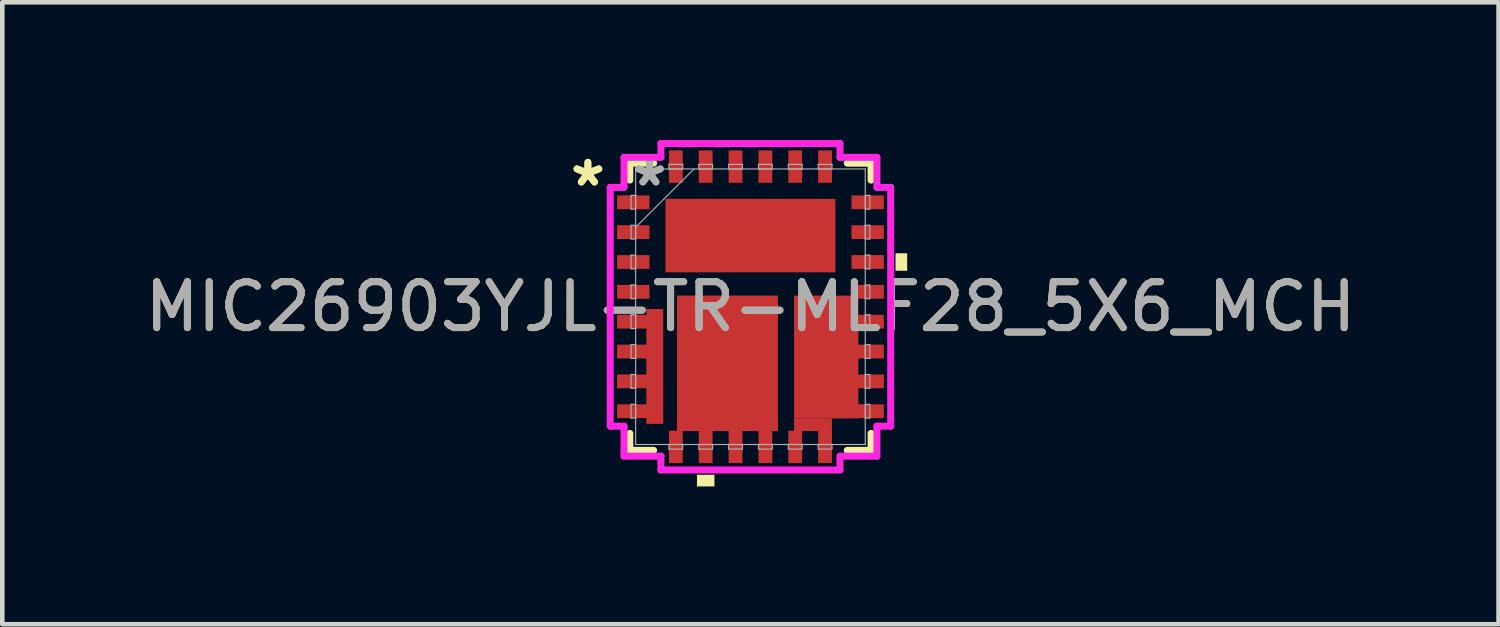
<source format=kicad_pcb>
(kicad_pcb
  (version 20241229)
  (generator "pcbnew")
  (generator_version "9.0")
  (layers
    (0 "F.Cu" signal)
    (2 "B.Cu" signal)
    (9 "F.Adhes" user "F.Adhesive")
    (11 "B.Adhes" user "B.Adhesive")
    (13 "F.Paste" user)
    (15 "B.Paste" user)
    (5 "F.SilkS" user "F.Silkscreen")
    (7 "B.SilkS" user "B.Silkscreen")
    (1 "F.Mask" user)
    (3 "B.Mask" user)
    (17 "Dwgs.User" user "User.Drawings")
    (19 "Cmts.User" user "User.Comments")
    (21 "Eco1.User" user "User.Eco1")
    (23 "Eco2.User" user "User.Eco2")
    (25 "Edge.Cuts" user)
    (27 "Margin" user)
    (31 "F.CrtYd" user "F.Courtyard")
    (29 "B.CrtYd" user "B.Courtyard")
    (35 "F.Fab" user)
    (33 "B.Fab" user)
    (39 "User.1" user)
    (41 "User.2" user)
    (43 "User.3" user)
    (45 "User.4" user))
  (footprint "MIC26903YJL-TR-MLF28_5X6_MCH"
    (layer "F.Cu")
    (at 13.292 3.63)
    (property "Reference" "MIC26903YJL-TR-MLF28_5X6_MCH" (at 0 0 0) (unlocked yes) (layer "F.SilkS") (effects (font (size 1 1) (thickness 0.15))))
    (attr smd)
    (fp_poly (pts (xy -2.268 0.05) (xy -1.899 0.05) (xy -1.899 2.55) (xy -2.268 2.55)) (stroke (width 0) (type solid)) (fill yes) (layer "F.Cu"))
    (fp_poly (pts (xy -1.6 -0.244) (xy 0.6 -0.244) (xy 0.6 2.706) (xy -1.6 2.706)) (stroke (width 0) (type solid)) (fill yes) (layer "F.Cu"))
    (fp_poly (pts (xy 0.95 2.431) (xy 1.774 2.431) (xy 1.774 2.706) (xy 0.95 2.706)) (stroke (width 0) (type solid)) (fill yes) (layer "F.Cu"))
    (fp_poly (pts (xy 0.95 -0.243) (xy 2.35 -0.243) (xy 2.35 2.432) (xy 0.95 2.432)) (stroke (width 0) (type solid)) (fill yes) (layer "F.Cu"))
    (fp_line (start -2.627 -3.127) (end -2.627 -2.758) (stroke (width 0.152) (type solid)) (layer "F.SilkS"))
    (fp_line (start -2.627 2.758) (end -2.627 3.127) (stroke (width 0.152) (type solid)) (layer "F.SilkS"))
    (fp_line (start -2.627 3.127) (end -2.108 3.127) (stroke (width 0.152) (type solid)) (layer "F.SilkS"))
    (fp_line (start -2.108 -3.127) (end -2.627 -3.127) (stroke (width 0.152) (type solid)) (layer "F.SilkS"))
    (fp_line (start 2.108 3.127) (end 2.627 3.127) (stroke (width 0.152) (type solid)) (layer "F.SilkS"))
    (fp_line (start 2.627 -3.127) (end 2.108 -3.127) (stroke (width 0.152) (type solid)) (layer "F.SilkS"))
    (fp_line (start 2.627 -2.758) (end 2.627 -3.127) (stroke (width 0.152) (type solid)) (layer "F.SilkS"))
    (fp_line (start 2.627 3.127) (end 2.627 2.758) (stroke (width 0.152) (type solid)) (layer "F.SilkS"))
    (fp_poly (pts (xy -1.165 3.659) (xy -1.165 3.913) (xy -0.784 3.913) (xy -0.784 3.659)) (stroke (width 0) (type solid)) (fill yes) (layer "F.SilkS"))
    (fp_poly (pts (xy 3.413 -1.165) (xy 3.413 -0.784) (xy 3.159 -0.784) (xy 3.159 -1.165)) (stroke (width 0) (type solid)) (fill yes) (layer "F.SilkS"))
    (fp_poly (pts (xy -2.952 -1.76) (xy -2.152 -1.76) (xy -2.152 -1.49) (xy -2.952 -1.49)) (stroke (width 0) (type solid)) (fill yes) (layer "F.Paste"))
    (fp_poly (pts (xy -2.952 -1.11) (xy -2.152 -1.11) (xy -2.152 -0.84) (xy -2.952 -0.84)) (stroke (width 0) (type solid)) (fill yes) (layer "F.Paste"))
    (fp_poly (pts (xy -2.952 -0.46) (xy -2.152 -0.46) (xy -2.152 -0.19) (xy -2.952 -0.19)) (stroke (width 0) (type solid)) (fill yes) (layer "F.Paste"))
    (fp_poly (pts (xy -2.952 0.19) (xy -2.152 0.19) (xy -2.152 0.46) (xy -2.952 0.46)) (stroke (width 0) (type solid)) (fill yes) (layer "F.Paste"))
    (fp_poly (pts (xy -2.952 0.84) (xy -2.152 0.84) (xy -2.152 1.11) (xy -2.952 1.11)) (stroke (width 0) (type solid)) (fill yes) (layer "F.Paste"))
    (fp_poly (pts (xy -2.952 1.49) (xy -2.152 1.49) (xy -2.152 1.76) (xy -2.952 1.76)) (stroke (width 0) (type solid)) (fill yes) (layer "F.Paste"))
    (fp_poly (pts (xy -2.952 2.14) (xy -2.152 2.14) (xy -2.152 2.41) (xy -2.952 2.41)) (stroke (width 0) (type solid)) (fill yes) (layer "F.Paste"))
    (fp_poly (pts (xy -1.837 -3.527) (xy -1.412 -3.527) (xy -1.412 -2.577) (xy -1.837 -2.577)) (stroke (width 0) (type solid)) (fill yes) (layer "F.Paste"))
    (fp_poly (pts (xy -1.187 -3.527) (xy -0.762 -3.527) (xy -0.762 -2.577) (xy -1.187 -2.577)) (stroke (width 0) (type solid)) (fill yes) (layer "F.Paste"))
    (fp_poly (pts (xy -1.11 -3.452) (xy -0.84 -3.452) (xy -0.84 -2.652) (xy -1.11 -2.652)) (stroke (width 0) (type solid)) (fill yes) (layer "F.Paste"))
    (fp_poly (pts (xy -0.537 -3.527) (xy -0.112 -3.527) (xy -0.112 -2.577) (xy -0.537 -2.577)) (stroke (width 0) (type solid)) (fill yes) (layer "F.Paste"))
    (fp_poly (pts (xy -0.46 -3.452) (xy -0.19 -3.452) (xy -0.19 -2.652) (xy -0.46 -2.652)) (stroke (width 0) (type solid)) (fill yes) (layer "F.Paste"))
    (fp_poly (pts (xy 0.113 -3.527) (xy 0.537 -3.527) (xy 0.537 -2.577) (xy 0.113 -2.577)) (stroke (width 0) (type solid)) (fill yes) (layer "F.Paste"))
    (fp_poly (pts (xy 0.762 -3.527) (xy 1.188 -3.527) (xy 1.188 -2.577) (xy 0.762 -2.577)) (stroke (width 0) (type solid)) (fill yes) (layer "F.Paste"))
    (fp_poly (pts (xy 0.762 2.577) (xy 1.188 2.577) (xy 1.188 3.527) (xy 0.762 3.527)) (stroke (width 0) (type solid)) (fill yes) (layer "F.Paste"))
    (fp_poly (pts (xy 1.413 -3.527) (xy 1.837 -3.527) (xy 1.837 -2.577) (xy 1.413 -2.577)) (stroke (width 0) (type solid)) (fill yes) (layer "F.Paste"))
    (fp_poly (pts (xy 1.413 2.577) (xy 1.837 2.577) (xy 1.837 3.527) (xy 1.413 3.527)) (stroke (width 0) (type solid)) (fill yes) (layer "F.Paste"))
    (fp_poly (pts (xy 2.062 2.577) (xy 2.488 2.577) (xy 2.488 3.527) (xy 2.062 3.527)) (stroke (width 0) (type solid)) (fill yes) (layer "F.Paste"))
    (fp_poly (pts (xy 2.077 -2.488) (xy 3.027 -2.488) (xy 3.027 -2.062) (xy 2.077 -2.062)) (stroke (width 0) (type solid)) (fill yes) (layer "F.Paste"))
    (fp_poly (pts (xy 2.077 -1.837) (xy 3.027 -1.837) (xy 3.027 -1.413) (xy 2.077 -1.413)) (stroke (width 0) (type solid)) (fill yes) (layer "F.Paste"))
    (fp_poly (pts (xy 2.077 -1.188) (xy 3.027 -1.188) (xy 3.027 -0.762) (xy 2.077 -0.762)) (stroke (width 0) (type solid)) (fill yes) (layer "F.Paste"))
    (fp_poly (pts (xy 2.077 -0.537) (xy 3.027 -0.537) (xy 3.027 -0.112) (xy 2.077 -0.112)) (stroke (width 0) (type solid)) (fill yes) (layer "F.Paste"))
    (fp_poly (pts (xy 2.077 0.113) (xy 3.027 0.113) (xy 3.027 0.537) (xy 2.077 0.537)) (stroke (width 0) (type solid)) (fill yes) (layer "F.Paste"))
    (fp_poly (pts (xy 2.077 0.762) (xy 3.027 0.762) (xy 3.027 1.188) (xy 2.077 1.188)) (stroke (width 0) (type solid)) (fill yes) (layer "F.Paste"))
    (fp_poly (pts (xy 2.077 1.413) (xy 3.027 1.413) (xy 3.027 1.837) (xy 2.077 1.837)) (stroke (width 0) (type solid)) (fill yes) (layer "F.Paste"))
    (fp_poly (pts (xy 2.077 2.062) (xy 3.027 2.062) (xy 3.027 2.488) (xy 2.077 2.488)) (stroke (width 0) (type solid)) (fill yes) (layer "F.Paste"))
    (fp_poly (pts (xy 2.712 2.577) (xy 3.137 2.577) (xy 3.137 3.527) (xy 2.712 3.527)) (stroke (width 0) (type solid)) (fill yes) (layer "F.Paste"))
    (fp_line (start -3.054 -2.6) (end -2.754 -2.6) (stroke (width 0.152) (type solid)) (layer "F.CrtYd"))
    (fp_line (start -3.054 2.6) (end -3.054 -2.6) (stroke (width 0.152) (type solid)) (layer "F.CrtYd"))
    (fp_line (start -2.754 -3.254) (end -1.95 -3.254) (stroke (width 0.152) (type solid)) (layer "F.CrtYd"))
    (fp_line (start -2.754 -2.6) (end -2.754 -3.254) (stroke (width 0.152) (type solid)) (layer "F.CrtYd"))
    (fp_line (start -2.754 2.6) (end -3.054 2.6) (stroke (width 0.152) (type solid)) (layer "F.CrtYd"))
    (fp_line (start -2.754 3.254) (end -2.754 2.6) (stroke (width 0.152) (type solid)) (layer "F.CrtYd"))
    (fp_line (start -1.95 -3.554) (end 1.95 -3.554) (stroke (width 0.152) (type solid)) (layer "F.CrtYd"))
    (fp_line (start -1.95 -3.254) (end -1.95 -3.554) (stroke (width 0.152) (type solid)) (layer "F.CrtYd"))
    (fp_line (start -1.95 3.254) (end -2.754 3.254) (stroke (width 0.152) (type solid)) (layer "F.CrtYd"))
    (fp_line (start -1.95 3.554) (end -1.95 3.254) (stroke (width 0.152) (type solid)) (layer "F.CrtYd"))
    (fp_line (start 1.95 -3.554) (end 1.95 -3.254) (stroke (width 0.152) (type solid)) (layer "F.CrtYd"))
    (fp_line (start 1.95 -3.254) (end 2.754 -3.254) (stroke (width 0.152) (type solid)) (layer "F.CrtYd"))
    (fp_line (start 1.95 3.254) (end 1.95 3.554) (stroke (width 0.152) (type solid)) (layer "F.CrtYd"))
    (fp_line (start 1.95 3.554) (end -1.95 3.554) (stroke (width 0.152) (type solid)) (layer "F.CrtYd"))
    (fp_line (start 2.754 -3.254) (end 2.754 -2.6) (stroke (width 0.152) (type solid)) (layer "F.CrtYd"))
    (fp_line (start 2.754 -2.6) (end 3.054 -2.6) (stroke (width 0.152) (type solid)) (layer "F.CrtYd"))
    (fp_line (start 2.754 2.6) (end 2.754 3.254) (stroke (width 0.152) (type solid)) (layer "F.CrtYd"))
    (fp_line (start 2.754 3.254) (end 1.95 3.254) (stroke (width 0.152) (type solid)) (layer "F.CrtYd"))
    (fp_line (start 3.054 -2.6) (end 3.054 2.6) (stroke (width 0.152) (type solid)) (layer "F.CrtYd"))
    (fp_line (start 3.054 2.6) (end 2.754 2.6) (stroke (width 0.152) (type solid)) (layer "F.CrtYd"))
    (fp_line (start -2.6 -2.425) (end -2.6 -2.125) (stroke (width 0.025) (type solid)) (layer "F.Fab"))
    (fp_line (start -2.6 -2.125) (end -2.5 -2.125) (stroke (width 0.025) (type solid)) (layer "F.Fab"))
    (fp_line (start -2.6 -1.775) (end -2.6 -1.475) (stroke (width 0.025) (type solid)) (layer "F.Fab"))
    (fp_line (start -2.6 -1.475) (end -2.5 -1.475) (stroke (width 0.025) (type solid)) (layer "F.Fab"))
    (fp_line (start -2.6 -1.125) (end -2.6 -0.825) (stroke (width 0.025) (type solid)) (layer "F.Fab"))
    (fp_line (start -2.6 -0.825) (end -2.5 -0.825) (stroke (width 0.025) (type solid)) (layer "F.Fab"))
    (fp_line (start -2.6 -0.475) (end -2.6 -0.175) (stroke (width 0.025) (type solid)) (layer "F.Fab"))
    (fp_line (start -2.6 -0.175) (end -2.5 -0.175) (stroke (width 0.025) (type solid)) (layer "F.Fab"))
    (fp_line (start -2.6 0.175) (end -2.6 0.475) (stroke (width 0.025) (type solid)) (layer "F.Fab"))
    (fp_line (start -2.6 0.475) (end -2.5 0.475) (stroke (width 0.025) (type solid)) (layer "F.Fab"))
    (fp_line (start -2.6 0.825) (end -2.6 1.125) (stroke (width 0.025) (type solid)) (layer "F.Fab"))
    (fp_line (start -2.6 1.125) (end -2.5 1.125) (stroke (width 0.025) (type solid)) (layer "F.Fab"))
    (fp_line (start -2.6 1.475) (end -2.6 1.775) (stroke (width 0.025) (type solid)) (layer "F.Fab"))
    (fp_line (start -2.6 1.775) (end -2.5 1.775) (stroke (width 0.025) (type solid)) (layer "F.Fab"))
    (fp_line (start -2.6 2.125) (end -2.6 2.425) (stroke (width 0.025) (type solid)) (layer "F.Fab"))
    (fp_line (start -2.6 2.425) (end -2.5 2.425) (stroke (width 0.025) (type solid)) (layer "F.Fab"))
    (fp_line (start -2.5 -3) (end -2.5 3) (stroke (width 0.025) (type solid)) (layer "F.Fab"))
    (fp_line (start -2.5 -2.425) (end -2.6 -2.425) (stroke (width 0.025) (type solid)) (layer "F.Fab"))
    (fp_line (start -2.5 -2.125) (end -2.5 -2.425) (stroke (width 0.025) (type solid)) (layer "F.Fab"))
    (fp_line (start -2.5 -1.775) (end -2.6 -1.775) (stroke (width 0.025) (type solid)) (layer "F.Fab"))
    (fp_line (start -2.5 -1.73) (end -1.23 -3) (stroke (width 0.025) (type solid)) (layer "F.Fab"))
    (fp_line (start -2.5 -1.475) (end -2.5 -1.775) (stroke (width 0.025) (type solid)) (layer "F.Fab"))
    (fp_line (start -2.5 -1.125) (end -2.6 -1.125) (stroke (width 0.025) (type solid)) (layer "F.Fab"))
    (fp_line (start -2.5 -0.825) (end -2.5 -1.125) (stroke (width 0.025) (type solid)) (layer "F.Fab"))
    (fp_line (start -2.5 -0.475) (end -2.6 -0.475) (stroke (width 0.025) (type solid)) (layer "F.Fab"))
    (fp_line (start -2.5 -0.175) (end -2.5 -0.475) (stroke (width 0.025) (type solid)) (layer "F.Fab"))
    (fp_line (start -2.5 0.175) (end -2.6 0.175) (stroke (width 0.025) (type solid)) (layer "F.Fab"))
    (fp_line (start -2.5 0.475) (end -2.5 0.175) (stroke (width 0.025) (type solid)) (layer "F.Fab"))
    (fp_line (start -2.5 0.825) (end -2.6 0.825) (stroke (width 0.025) (type solid)) (layer "F.Fab"))
    (fp_line (start -2.5 1.125) (end -2.5 0.825) (stroke (width 0.025) (type solid)) (layer "F.Fab"))
    (fp_line (start -2.5 1.475) (end -2.6 1.475) (stroke (width 0.025) (type solid)) (layer "F.Fab"))
    (fp_line (start -2.5 1.775) (end -2.5 1.475) (stroke (width 0.025) (type solid)) (layer "F.Fab"))
    (fp_line (start -2.5 2.125) (end -2.6 2.125) (stroke (width 0.025) (type solid)) (layer "F.Fab"))
    (fp_line (start -2.5 2.425) (end -2.5 2.125) (stroke (width 0.025) (type solid)) (layer "F.Fab"))
    (fp_line (start -2.5 3) (end 2.5 3) (stroke (width 0.025) (type solid)) (layer "F.Fab"))
    (fp_line (start -1.775 -3.1) (end -1.775 -3) (stroke (width 0.025) (type solid)) (layer "F.Fab"))
    (fp_line (start -1.775 -3) (end -1.475 -3) (stroke (width 0.025) (type solid)) (layer "F.Fab"))
    (fp_line (start -1.775 3) (end -1.775 3.1) (stroke (width 0.025) (type solid)) (layer "F.Fab"))
    (fp_line (start -1.775 3.1) (end -1.475 3.1) (stroke (width 0.025) (type solid)) (layer "F.Fab"))
    (fp_line (start -1.475 -3.1) (end -1.775 -3.1) (stroke (width 0.025) (type solid)) (layer "F.Fab"))
    (fp_line (start -1.475 -3) (end -1.475 -3.1) (stroke (width 0.025) (type solid)) (layer "F.Fab"))
    (fp_line (start -1.475 3) (end -1.775 3) (stroke (width 0.025) (type solid)) (layer "F.Fab"))
    (fp_line (start -1.475 3.1) (end -1.475 3) (stroke (width 0.025) (type solid)) (layer "F.Fab"))
    (fp_line (start -1.125 -3.1) (end -1.125 -3) (stroke (width 0.025) (type solid)) (layer "F.Fab"))
    (fp_line (start -1.125 -3) (end -0.825 -3) (stroke (width 0.025) (type solid)) (layer "F.Fab"))
    (fp_line (start -1.125 3) (end -1.125 3.1) (stroke (width 0.025) (type solid)) (layer "F.Fab"))
    (fp_line (start -1.125 3.1) (end -0.825 3.1) (stroke (width 0.025) (type solid)) (layer "F.Fab"))
    (fp_line (start -0.825 -3.1) (end -1.125 -3.1) (stroke (width 0.025) (type solid)) (layer "F.Fab"))
    (fp_line (start -0.825 -3) (end -0.825 -3.1) (stroke (width 0.025) (type solid)) (layer "F.Fab"))
    (fp_line (start -0.825 3) (end -1.125 3) (stroke (width 0.025) (type solid)) (layer "F.Fab"))
    (fp_line (start -0.825 3.1) (end -0.825 3) (stroke (width 0.025) (type solid)) (layer "F.Fab"))
    (fp_line (start -0.475 -3.1) (end -0.475 -3) (stroke (width 0.025) (type solid)) (layer "F.Fab"))
    (fp_line (start -0.475 -3) (end -0.175 -3) (stroke (width 0.025) (type solid)) (layer "F.Fab"))
    (fp_line (start -0.475 3) (end -0.475 3.1) (stroke (width 0.025) (type solid)) (layer "F.Fab"))
    (fp_line (start -0.475 3.1) (end -0.175 3.1) (stroke (width 0.025) (type solid)) (layer "F.Fab"))
    (fp_line (start -0.175 -3.1) (end -0.475 -3.1) (stroke (width 0.025) (type solid)) (layer "F.Fab"))
    (fp_line (start -0.175 -3) (end -0.175 -3.1) (stroke (width 0.025) (type solid)) (layer "F.Fab"))
    (fp_line (start -0.175 3) (end -0.475 3) (stroke (width 0.025) (type solid)) (layer "F.Fab"))
    (fp_line (start -0.175 3.1) (end -0.175 3) (stroke (width 0.025) (type solid)) (layer "F.Fab"))
    (fp_line (start 0.175 -3.1) (end 0.175 -3) (stroke (width 0.025) (type solid)) (layer "F.Fab"))
    (fp_line (start 0.175 -3) (end 0.475 -3) (stroke (width 0.025) (type solid)) (layer "F.Fab"))
    (fp_line (start 0.175 3) (end 0.175 3.1) (stroke (width 0.025) (type solid)) (layer "F.Fab"))
    (fp_line (start 0.175 3.1) (end 0.475 3.1) (stroke (width 0.025) (type solid)) (layer "F.Fab"))
    (fp_line (start 0.475 -3.1) (end 0.175 -3.1) (stroke (width 0.025) (type solid)) (layer "F.Fab"))
    (fp_line (start 0.475 -3) (end 0.475 -3.1) (stroke (width 0.025) (type solid)) (layer "F.Fab"))
    (fp_line (start 0.475 3) (end 0.175 3) (stroke (width 0.025) (type solid)) (layer "F.Fab"))
    (fp_line (start 0.475 3.1) (end 0.475 3) (stroke (width 0.025) (type solid)) (layer "F.Fab"))
    (fp_line (start 0.825 -3.1) (end 0.825 -3) (stroke (width 0.025) (type solid)) (layer "F.Fab"))
    (fp_line (start 0.825 -3) (end 1.125 -3) (stroke (width 0.025) (type solid)) (layer "F.Fab"))
    (fp_line (start 0.825 3) (end 0.825 3.1) (stroke (width 0.025) (type solid)) (layer "F.Fab"))
    (fp_line (start 0.825 3.1) (end 1.125 3.1) (stroke (width 0.025) (type solid)) (layer "F.Fab"))
    (fp_line (start 1.125 -3.1) (end 0.825 -3.1) (stroke (width 0.025) (type solid)) (layer "F.Fab"))
    (fp_line (start 1.125 -3) (end 1.125 -3.1) (stroke (width 0.025) (type solid)) (layer "F.Fab"))
    (fp_line (start 1.125 3) (end 0.825 3) (stroke (width 0.025) (type solid)) (layer "F.Fab"))
    (fp_line (start 1.125 3.1) (end 1.125 3) (stroke (width 0.025) (type solid)) (layer "F.Fab"))
    (fp_line (start 1.475 -3.1) (end 1.475 -3) (stroke (width 0.025) (type solid)) (layer "F.Fab"))
    (fp_line (start 1.475 -3) (end 1.775 -3) (stroke (width 0.025) (type solid)) (layer "F.Fab"))
    (fp_line (start 1.475 3) (end 1.475 3.1) (stroke (width 0.025) (type solid)) (layer "F.Fab"))
    (fp_line (start 1.475 3.1) (end 1.775 3.1) (stroke (width 0.025) (type solid)) (layer "F.Fab"))
    (fp_line (start 1.775 -3.1) (end 1.475 -3.1) (stroke (width 0.025) (type solid)) (layer "F.Fab"))
    (fp_line (start 1.775 -3) (end 1.775 -3.1) (stroke (width 0.025) (type solid)) (layer "F.Fab"))
    (fp_line (start 1.775 3) (end 1.475 3) (stroke (width 0.025) (type solid)) (layer "F.Fab"))
    (fp_line (start 1.775 3.1) (end 1.775 3) (stroke (width 0.025) (type solid)) (layer "F.Fab"))
    (fp_line (start 2.5 -3) (end -2.5 -3) (stroke (width 0.025) (type solid)) (layer "F.Fab"))
    (fp_line (start 2.5 -2.425) (end 2.5 -2.125) (stroke (width 0.025) (type solid)) (layer "F.Fab"))
    (fp_line (start 2.5 -2.125) (end 2.6 -2.125) (stroke (width 0.025) (type solid)) (layer "F.Fab"))
    (fp_line (start 2.5 -1.775) (end 2.5 -1.475) (stroke (width 0.025) (type solid)) (layer "F.Fab"))
    (fp_line (start 2.5 -1.475) (end 2.6 -1.475) (stroke (width 0.025) (type solid)) (layer "F.Fab"))
    (fp_line (start 2.5 -1.125) (end 2.5 -0.825) (stroke (width 0.025) (type solid)) (layer "F.Fab"))
    (fp_line (start 2.5 -0.825) (end 2.6 -0.825) (stroke (width 0.025) (type solid)) (layer "F.Fab"))
    (fp_line (start 2.5 -0.475) (end 2.5 -0.175) (stroke (width 0.025) (type solid)) (layer "F.Fab"))
    (fp_line (start 2.5 -0.175) (end 2.6 -0.175) (stroke (width 0.025) (type solid)) (layer "F.Fab"))
    (fp_line (start 2.5 0.175) (end 2.5 0.475) (stroke (width 0.025) (type solid)) (layer "F.Fab"))
    (fp_line (start 2.5 0.475) (end 2.6 0.475) (stroke (width 0.025) (type solid)) (layer "F.Fab"))
    (fp_line (start 2.5 0.825) (end 2.5 1.125) (stroke (width 0.025) (type solid)) (layer "F.Fab"))
    (fp_line (start 2.5 1.125) (end 2.6 1.125) (stroke (width 0.025) (type solid)) (layer "F.Fab"))
    (fp_line (start 2.5 1.475) (end 2.5 1.775) (stroke (width 0.025) (type solid)) (layer "F.Fab"))
    (fp_line (start 2.5 1.775) (end 2.6 1.775) (stroke (width 0.025) (type solid)) (layer "F.Fab"))
    (fp_line (start 2.5 2.125) (end 2.5 2.425) (stroke (width 0.025) (type solid)) (layer "F.Fab"))
    (fp_line (start 2.5 2.425) (end 2.6 2.425) (stroke (width 0.025) (type solid)) (layer "F.Fab"))
    (fp_line (start 2.5 3) (end 2.5 -3) (stroke (width 0.025) (type solid)) (layer "F.Fab"))
    (fp_line (start 2.6 -2.425) (end 2.5 -2.425) (stroke (width 0.025) (type solid)) (layer "F.Fab"))
    (fp_line (start 2.6 -2.125) (end 2.6 -2.425) (stroke (width 0.025) (type solid)) (layer "F.Fab"))
    (fp_line (start 2.6 -1.775) (end 2.5 -1.775) (stroke (width 0.025) (type solid)) (layer "F.Fab"))
    (fp_line (start 2.6 -1.475) (end 2.6 -1.775) (stroke (width 0.025) (type solid)) (layer "F.Fab"))
    (fp_line (start 2.6 -1.125) (end 2.5 -1.125) (stroke (width 0.025) (type solid)) (layer "F.Fab"))
    (fp_line (start 2.6 -0.825) (end 2.6 -1.125) (stroke (width 0.025) (type solid)) (layer "F.Fab"))
    (fp_line (start 2.6 -0.475) (end 2.5 -0.475) (stroke (width 0.025) (type solid)) (layer "F.Fab"))
    (fp_line (start 2.6 -0.175) (end 2.6 -0.475) (stroke (width 0.025) (type solid)) (layer "F.Fab"))
    (fp_line (start 2.6 0.175) (end 2.5 0.175) (stroke (width 0.025) (type solid)) (layer "F.Fab"))
    (fp_line (start 2.6 0.475) (end 2.6 0.175) (stroke (width 0.025) (type solid)) (layer "F.Fab"))
    (fp_line (start 2.6 0.825) (end 2.5 0.825) (stroke (width 0.025) (type solid)) (layer "F.Fab"))
    (fp_line (start 2.6 1.125) (end 2.6 0.825) (stroke (width 0.025) (type solid)) (layer "F.Fab"))
    (fp_line (start 2.6 1.475) (end 2.5 1.475) (stroke (width 0.025) (type solid)) (layer "F.Fab"))
    (fp_line (start 2.6 1.775) (end 2.6 1.475) (stroke (width 0.025) (type solid)) (layer "F.Fab"))
    (fp_line (start 2.6 2.125) (end 2.5 2.125) (stroke (width 0.025) (type solid)) (layer "F.Fab"))
    (fp_line (start 2.6 2.425) (end 2.6 2.125) (stroke (width 0.025) (type solid)) (layer "F.Fab"))
    (fp_text user "*" (at -3.54 -2.6 0) (layer "F.SilkS") (effects (font (size 1 1) (thickness 0.15))))
    (fp_text user "*" (at -3.54 -2.6 0) (unlocked yes) (layer "F.SilkS") (effects (font (size 1 1) (thickness 0.15))))
    (fp_text user "*" (at -2.2 -2.6 0) (unlocked yes) (layer "F.Fab") (effects (font (size 1 1) (thickness 0.15))))
    (fp_text user "${REFERENCE}" (at 0 0 0) (unlocked yes) (layer "F.Fab") (effects (font (size 1 1) (thickness 0.15))))
    (fp_text user "*" (at -2.2 -2.6 0) (layer "F.Fab") (effects (font (size 1 1) (thickness 0.15))))
    (pad "1" smd rect (at -2.552 -2.275 90) (size 0.3 0.705) (layers "F.Cu" "F.Mask" "F.Paste"))
    (pad "2" smd rect (at -2.552 -1.625 90) (size 0.3 0.705) (layers "F.Cu" "F.Mask" "F.Paste"))
    (pad "3" smd rect (at -2.552 -0.975 90) (size 0.3 0.705) (layers "F.Cu" "F.Mask" "F.Paste"))
    (pad "4" smd rect (at -2.552 -0.325 90) (size 0.3 0.705) (layers "F.Cu" "F.Mask" "F.Paste"))
    (pad "5" smd rect (at -2.552 0.325 90) (size 0.3 0.705) (layers "F.Cu" "F.Mask" "F.Paste"))
    (pad "6" smd rect (at -2.552 0.975 90) (size 0.3 0.705) (layers "F.Cu" "F.Mask" "F.Paste"))
    (pad "7" smd rect (at -2.552 1.625 90) (size 0.3 0.705) (layers "F.Cu" "F.Mask" "F.Paste"))
    (pad "8" smd rect (at -2.552 2.275 90) (size 0.3 0.705) (layers "F.Cu" "F.Mask" "F.Paste"))
    (pad "9" smd rect (at -1.625 3.052) (size 0.3 0.705) (layers "F.Cu" "F.Mask" "F.Paste"))
    (pad "10" smd rect (at -0.975 3.052) (size 0.3 0.705) (layers "F.Cu" "F.Mask" "F.Paste"))
    (pad "11" smd rect (at -0.325 3.052) (size 0.3 0.705) (layers "F.Cu" "F.Mask" "F.Paste"))
    (pad "12" smd rect (at 0.325 3.052) (size 0.3 0.705) (layers "F.Cu" "F.Mask" "F.Paste"))
    (pad "13" smd rect (at 0.975 3.052) (size 0.3 0.705) (layers "F.Cu" "F.Mask" "F.Paste"))
    (pad "14" smd rect (at 1.625 3.052) (size 0.3 0.705) (layers "F.Cu" "F.Mask" "F.Paste"))
    (pad "15" smd rect (at 2.552 2.275 90) (size 0.3 0.705) (layers "F.Cu" "F.Mask" "F.Paste"))
    (pad "16" smd rect (at 2.552 1.625 90) (size 0.3 0.705) (layers "F.Cu" "F.Mask" "F.Paste"))
    (pad "17" smd rect (at 2.552 0.975 90) (size 0.3 0.705) (layers "F.Cu" "F.Mask" "F.Paste"))
    (pad "18" smd rect (at 2.552 0.325 90) (size 0.3 0.705) (layers "F.Cu" "F.Mask" "F.Paste"))
    (pad "19" smd rect (at 2.552 -0.325 90) (size 0.3 0.705) (layers "F.Cu" "F.Mask" "F.Paste"))
    (pad "20" smd rect (at 2.552 -0.975 90) (size 0.3 0.705) (layers "F.Cu" "F.Mask" "F.Paste"))
    (pad "21" smd rect (at 2.552 -1.625 90) (size 0.3 0.705) (layers "F.Cu" "F.Mask" "F.Paste"))
    (pad "22" smd rect (at 2.552 -2.275 90) (size 0.3 0.705) (layers "F.Cu" "F.Mask" "F.Paste"))
    (pad "23" smd rect (at 1.625 -3.052) (size 0.3 0.705) (layers "F.Cu" "F.Mask" "F.Paste"))
    (pad "24" smd rect (at 0.975 -3.052) (size 0.3 0.705) (layers "F.Cu" "F.Mask" "F.Paste"))
    (pad "25" smd rect (at 0.325 -3.052) (size 0.3 0.705) (layers "F.Cu" "F.Mask" "F.Paste"))
    (pad "26" smd rect (at -0.325 -3.052) (size 0.3 0.705) (layers "F.Cu" "F.Mask" "F.Paste"))
    (pad "27" smd rect (at -0.975 -3.052) (size 0.3 0.705) (layers "F.Cu" "F.Mask" "F.Paste"))
    (pad "28" smd rect (at -1.625 -3.052) (size 0.3 0.705) (layers "F.Cu" "F.Mask" "F.Paste"))
    (pad "29" smd rect (at 0 -1.55) (size 3.7 1.6) (layers "F.Cu" "F.Mask" "F.Paste")))
  (gr_rect
    (start -3 -3)
    (end 29.583 10.543)
    (stroke (width 0.1) (type default))
    (fill no)
    (layer "Edge.Cuts")))
</source>
